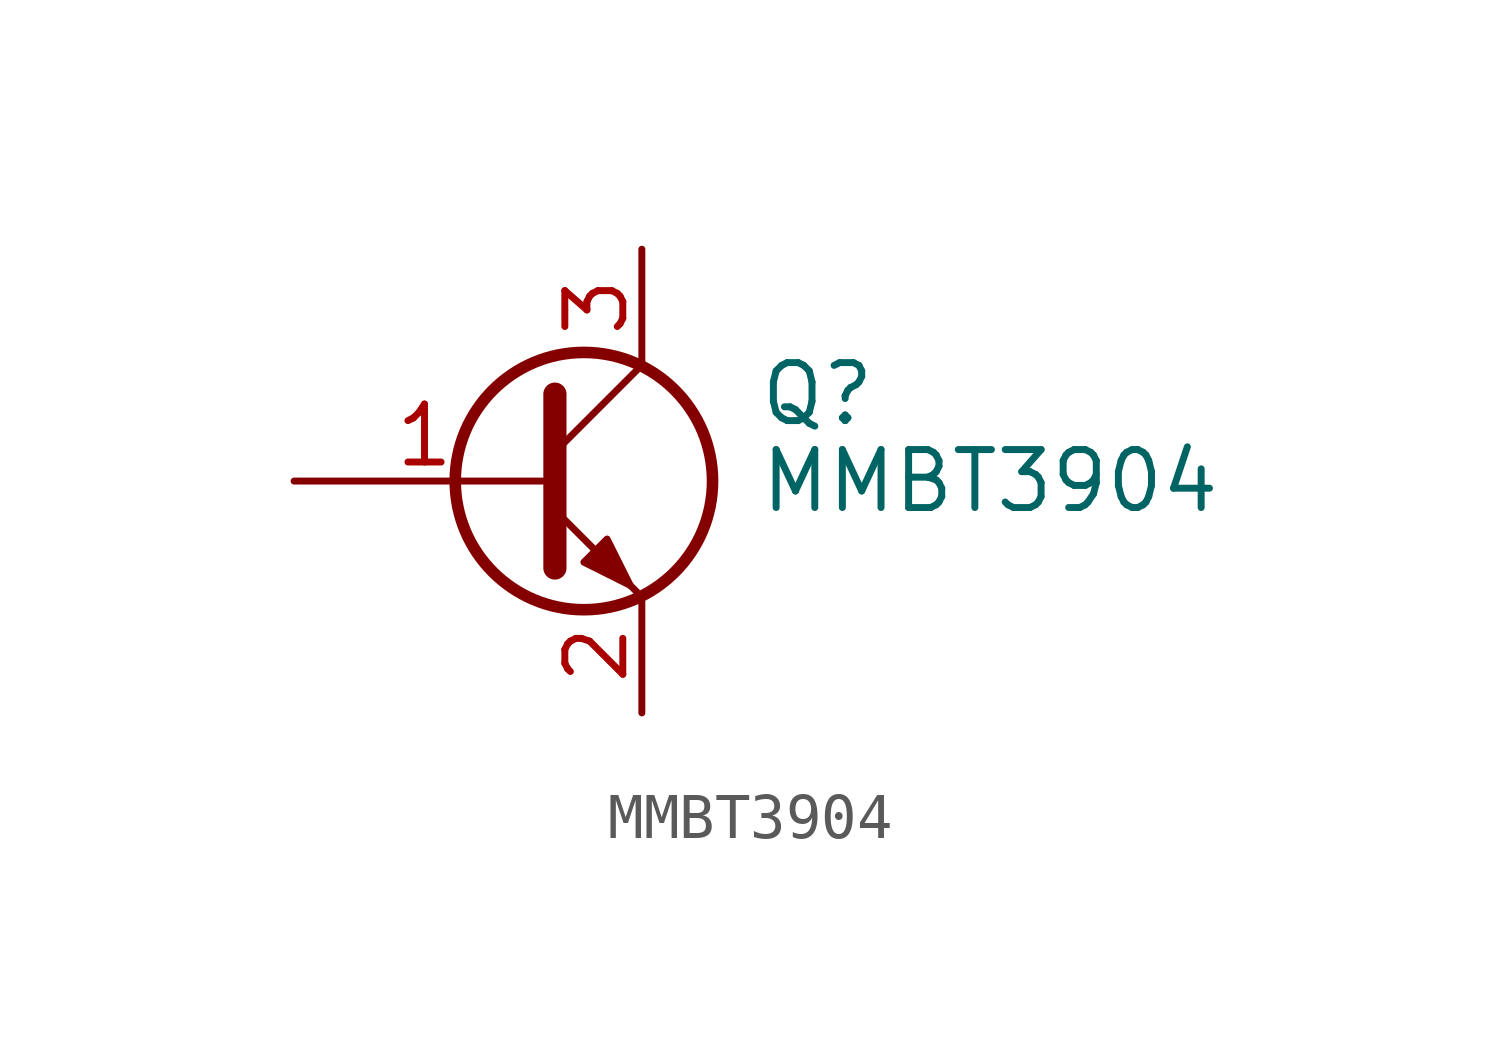
<source format=kicad_sym>
(kicad_symbol_lib
  (version 20211014)
  (generator kicad_symbol_editor)
  (symbol "MMBT3904"
    (pin_names
      (offset 0) hide)
    (property "Reference" "Q"
      (at 5.08 1.905 0)
      (effects (font (size 1.27 1.27)) (justify left)))
    (property "Value" "MMBT3904"
      (at 5.08 0 0)
      (effects (font (size 1.27 1.27)) (justify left)))
    (symbol "MMBT3904_0_1"
      (polyline (pts (xy 0.635 0.635) (xy 2.54 2.54)) (stroke (width 0) (type default) (color 0 0 0 0)) (fill (type none)))
      (polyline (pts (xy 0.635 -0.635) (xy 2.54 -2.54) (xy 2.54 -2.54)) (stroke (width 0) (type default) (color 0 0 0 0)) (fill (type none)))
      (polyline (pts (xy 0.635 1.905) (xy 0.635 -1.905) (xy 0.635 -1.905)) (stroke (width 0.508) (type default) (color 0 0 0 0)) (fill (type none)))
      (polyline (pts (xy 1.27 -1.778) (xy 1.778 -1.27) (xy 2.286 -2.286) (xy 1.27 -1.778) (xy 1.27 -1.778)) (stroke (width 0) (type default) (color 0 0 0 0)) (fill (type outline)))
      (circle (center 1.27 0) (radius 2.819) (stroke (width 0.254) (type default) (color 0 0 0 0)) (fill (type none))))
    (symbol "MMBT3904_1_1"
      (pin input line (at -5.08 0 0) (length 5.715) (name "B" (effects (font (size 1.27 1.27)))) (number "1" (effects (font (size 1.27 1.27)))))
      (pin passive line (at 2.54 -5.08 90) (length 2.54) (name "E" (effects (font (size 1.27 1.27)))) (number "2" (effects (font (size 1.27 1.27)))))
      (pin passive line (at 2.54 5.08 270) (length 2.54) (name "C" (effects (font (size 1.27 1.27)))) (number "3" (effects (font (size 1.27 1.27))))))))
</source>
